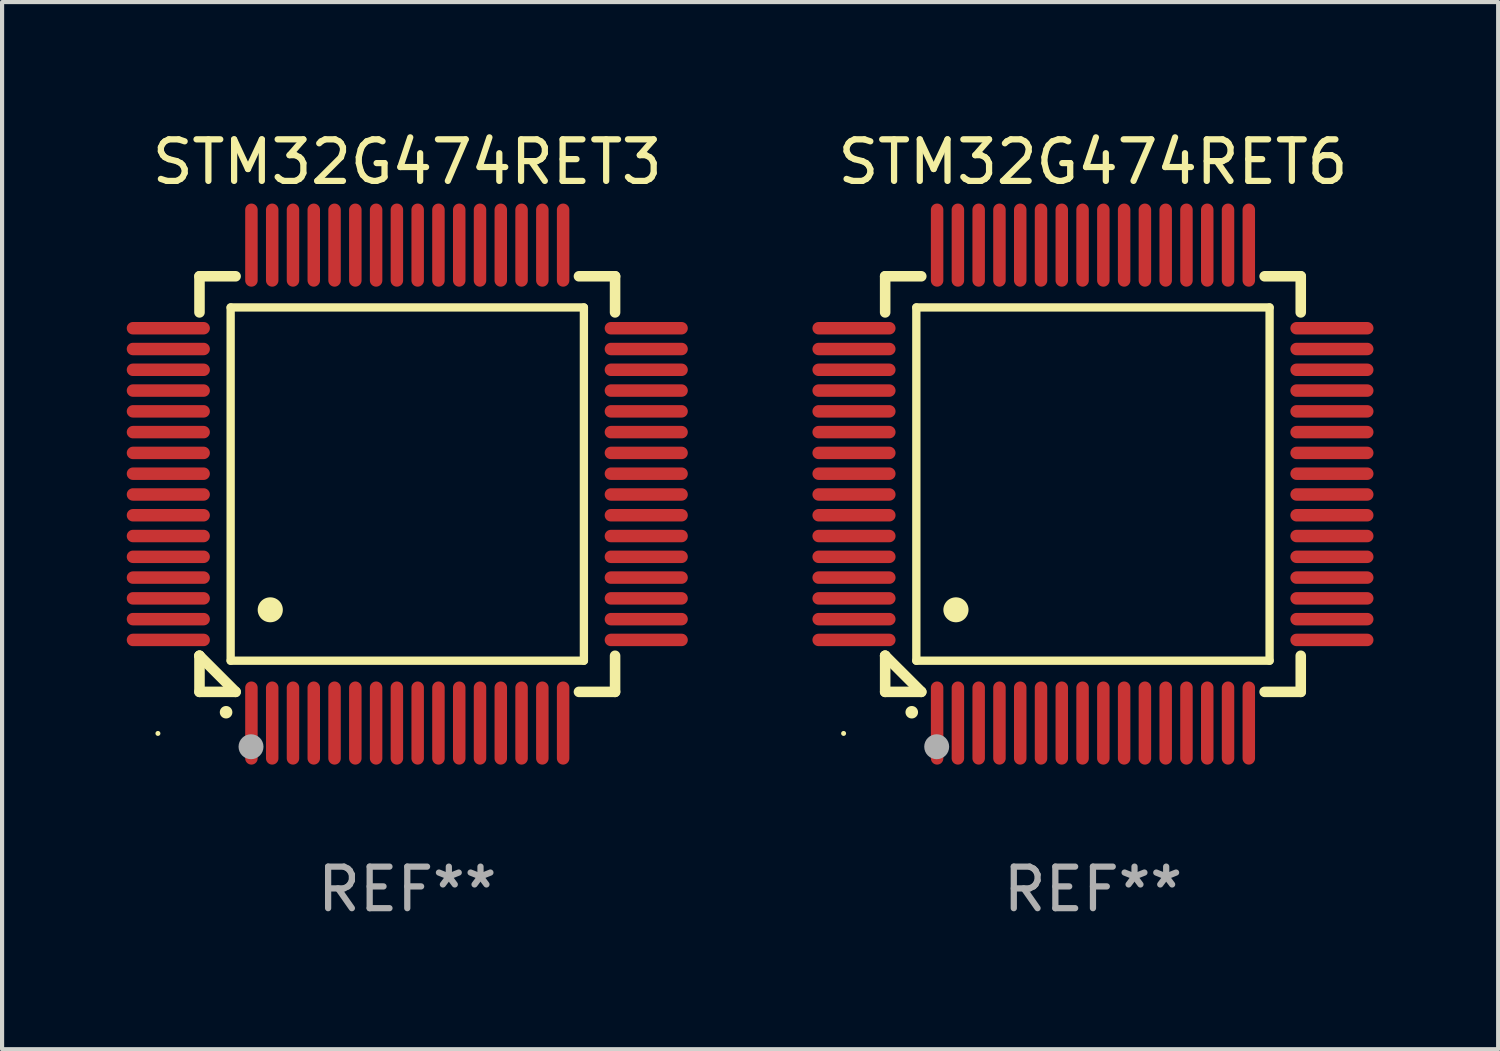
<source format=kicad_pcb>
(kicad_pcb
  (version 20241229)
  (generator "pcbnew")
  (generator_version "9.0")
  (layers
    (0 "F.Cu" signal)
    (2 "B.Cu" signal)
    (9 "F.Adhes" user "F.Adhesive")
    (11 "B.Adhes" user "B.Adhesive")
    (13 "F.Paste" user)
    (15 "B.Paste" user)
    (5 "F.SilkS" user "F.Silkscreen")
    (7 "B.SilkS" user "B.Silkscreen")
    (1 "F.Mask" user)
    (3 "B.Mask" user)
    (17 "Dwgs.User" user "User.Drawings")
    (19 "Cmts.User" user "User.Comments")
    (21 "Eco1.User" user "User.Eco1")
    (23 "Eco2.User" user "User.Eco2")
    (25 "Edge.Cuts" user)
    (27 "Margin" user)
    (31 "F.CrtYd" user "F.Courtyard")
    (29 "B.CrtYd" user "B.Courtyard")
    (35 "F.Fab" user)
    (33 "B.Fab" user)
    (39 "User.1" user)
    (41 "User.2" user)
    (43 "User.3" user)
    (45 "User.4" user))
  (footprint "STM32G474RET6"
    (layer "F.Cu")
    (at 23.249 8.598)
    (property "Reference" "STM32G474RET6" (at 0 -7.75 0) (layer "F.SilkS") (effects (font (size 1 1) (thickness 0.15))))
    (attr through_hole)
    (fp_line (start -5 -5) (end -4.131 -5) (stroke (width 0.254) (type solid)) (layer "F.SilkS"))
    (fp_line (start -5 -4.131) (end -5 -5) (stroke (width 0.254) (type solid)) (layer "F.SilkS"))
    (fp_line (start -5 4.131) (end -5 4.131) (stroke (width 0.254) (type solid)) (layer "F.SilkS"))
    (fp_line (start -5 5) (end -5 4.131) (stroke (width 0.254) (type solid)) (layer "F.SilkS"))
    (fp_line (start -5 4.131) (end -4.131 5) (stroke (width 0.254) (type solid)) (layer "F.SilkS"))
    (fp_line (start -4.25 -4.25) (end -4.25 4.25) (stroke (width 0.2) (type solid)) (layer "F.SilkS"))
    (fp_line (start -4.25 4.25) (end 4.25 4.25) (stroke (width 0.2) (type solid)) (layer "F.SilkS"))
    (fp_line (start -4.131 5) (end -5 5) (stroke (width 0.254) (type solid)) (layer "F.SilkS"))
    (fp_line (start 4.25 -4.25) (end -4.25 -4.25) (stroke (width 0.2) (type solid)) (layer "F.SilkS"))
    (fp_line (start 4.25 4.25) (end 4.25 -4.25) (stroke (width 0.2) (type solid)) (layer "F.SilkS"))
    (fp_line (start 5 -5) (end 4.131 -5) (stroke (width 0.254) (type solid)) (layer "F.SilkS"))
    (fp_line (start 5 -5) (end 5 -4.131) (stroke (width 0.254) (type solid)) (layer "F.SilkS"))
    (fp_line (start 5 4.131) (end 5 5) (stroke (width 0.254) (type solid)) (layer "F.SilkS"))
    (fp_line (start 5 5) (end 4.131 5) (stroke (width 0.254) (type solid)) (layer "F.SilkS"))
    (fp_arc (start -4.361265 5.489992) (mid -4.359995 5.489987) (end -4.358725 5.489992) (stroke (width 0.3) (type solid)) (layer "F.SilkS"))
    (fp_arc (start -3.299467 3.025146) (mid -3.296927 3.025135) (end -3.294387 3.025146) (stroke (width 0.6) (type solid)) (layer "F.SilkS"))
    (fp_circle (center -6 6) (end -5.97 6) (stroke (width 0.06) (type solid)) (fill no) (layer "F.SilkS"))
    (fp_circle (center -3.76 6.32) (end -3.61 6.32) (stroke (width 0.3) (type solid)) (fill no) (layer "F.Fab"))
    (fp_text user "REF**" (at 0 9.75 0) (layer "F.Fab") (effects (font (size 1 1) (thickness 0.15))))
    (pad "1" smd oval (at -3.75 5.75) (size 0.3 2) (layers "F.Cu" "F.Mask" "F.Paste"))
    (pad "2" smd oval (at -3.25 5.75) (size 0.3 2) (layers "F.Cu" "F.Mask" "F.Paste"))
    (pad "3" smd oval (at -2.75 5.75) (size 0.3 2) (layers "F.Cu" "F.Mask" "F.Paste"))
    (pad "4" smd oval (at -2.25 5.75) (size 0.3 2) (layers "F.Cu" "F.Mask" "F.Paste"))
    (pad "5" smd oval (at -1.75 5.75) (size 0.3 2) (layers "F.Cu" "F.Mask" "F.Paste"))
    (pad "6" smd oval (at -1.25 5.75) (size 0.3 2) (layers "F.Cu" "F.Mask" "F.Paste"))
    (pad "7" smd oval (at -0.75 5.75) (size 0.3 2) (layers "F.Cu" "F.Mask" "F.Paste"))
    (pad "8" smd oval (at -0.25 5.75) (size 0.3 2) (layers "F.Cu" "F.Mask" "F.Paste"))
    (pad "9" smd oval (at 0.25 5.75) (size 0.3 2) (layers "F.Cu" "F.Mask" "F.Paste"))
    (pad "10" smd oval (at 0.75 5.75) (size 0.3 2) (layers "F.Cu" "F.Mask" "F.Paste"))
    (pad "11" smd oval (at 1.25 5.75) (size 0.3 2) (layers "F.Cu" "F.Mask" "F.Paste"))
    (pad "12" smd oval (at 1.75 5.75) (size 0.3 2) (layers "F.Cu" "F.Mask" "F.Paste"))
    (pad "13" smd oval (at 2.25 5.75) (size 0.3 2) (layers "F.Cu" "F.Mask" "F.Paste"))
    (pad "14" smd oval (at 2.75 5.75) (size 0.3 2) (layers "F.Cu" "F.Mask" "F.Paste"))
    (pad "15" smd oval (at 3.25 5.75) (size 0.3 2) (layers "F.Cu" "F.Mask" "F.Paste"))
    (pad "16" smd oval (at 3.75 5.75) (size 0.3 2) (layers "F.Cu" "F.Mask" "F.Paste"))
    (pad "17" smd oval (at 5.75 3.75) (size 2 0.3) (layers "F.Cu" "F.Mask" "F.Paste"))
    (pad "18" smd oval (at 5.75 3.25) (size 2 0.3) (layers "F.Cu" "F.Mask" "F.Paste"))
    (pad "19" smd oval (at 5.75 2.75) (size 2 0.3) (layers "F.Cu" "F.Mask" "F.Paste"))
    (pad "20" smd oval (at 5.75 2.25) (size 2 0.3) (layers "F.Cu" "F.Mask" "F.Paste"))
    (pad "21" smd oval (at 5.75 1.75) (size 2 0.3) (layers "F.Cu" "F.Mask" "F.Paste"))
    (pad "22" smd oval (at 5.75 1.25) (size 2 0.3) (layers "F.Cu" "F.Mask" "F.Paste"))
    (pad "23" smd oval (at 5.75 0.75) (size 2 0.3) (layers "F.Cu" "F.Mask" "F.Paste"))
    (pad "24" smd oval (at 5.75 0.25) (size 2 0.3) (layers "F.Cu" "F.Mask" "F.Paste"))
    (pad "25" smd oval (at 5.75 -0.25) (size 2 0.3) (layers "F.Cu" "F.Mask" "F.Paste"))
    (pad "26" smd oval (at 5.75 -0.75) (size 2 0.3) (layers "F.Cu" "F.Mask" "F.Paste"))
    (pad "27" smd oval (at 5.75 -1.25) (size 2 0.3) (layers "F.Cu" "F.Mask" "F.Paste"))
    (pad "28" smd oval (at 5.75 -1.75) (size 2 0.3) (layers "F.Cu" "F.Mask" "F.Paste"))
    (pad "29" smd oval (at 5.75 -2.25) (size 2 0.3) (layers "F.Cu" "F.Mask" "F.Paste"))
    (pad "30" smd oval (at 5.75 -2.75) (size 2 0.3) (layers "F.Cu" "F.Mask" "F.Paste"))
    (pad "31" smd oval (at 5.75 -3.25) (size 2 0.3) (layers "F.Cu" "F.Mask" "F.Paste"))
    (pad "32" smd oval (at 5.75 -3.75) (size 2 0.3) (layers "F.Cu" "F.Mask" "F.Paste"))
    (pad "33" smd oval (at 3.75 -5.75) (size 0.3 2) (layers "F.Cu" "F.Mask" "F.Paste"))
    (pad "34" smd oval (at 3.25 -5.75) (size 0.3 2) (layers "F.Cu" "F.Mask" "F.Paste"))
    (pad "35" smd oval (at 2.75 -5.75) (size 0.3 2) (layers "F.Cu" "F.Mask" "F.Paste"))
    (pad "36" smd oval (at 2.25 -5.75) (size 0.3 2) (layers "F.Cu" "F.Mask" "F.Paste"))
    (pad "37" smd oval (at 1.75 -5.75) (size 0.3 2) (layers "F.Cu" "F.Mask" "F.Paste"))
    (pad "38" smd oval (at 1.25 -5.75) (size 0.3 2) (layers "F.Cu" "F.Mask" "F.Paste"))
    (pad "39" smd oval (at 0.75 -5.75) (size 0.3 2) (layers "F.Cu" "F.Mask" "F.Paste"))
    (pad "40" smd oval (at 0.25 -5.75) (size 0.3 2) (layers "F.Cu" "F.Mask" "F.Paste"))
    (pad "41" smd oval (at -0.25 -5.75) (size 0.3 2) (layers "F.Cu" "F.Mask" "F.Paste"))
    (pad "42" smd oval (at -0.75 -5.75) (size 0.3 2) (layers "F.Cu" "F.Mask" "F.Paste"))
    (pad "43" smd oval (at -1.25 -5.75) (size 0.3 2) (layers "F.Cu" "F.Mask" "F.Paste"))
    (pad "44" smd oval (at -1.75 -5.75) (size 0.3 2) (layers "F.Cu" "F.Mask" "F.Paste"))
    (pad "45" smd oval (at -2.25 -5.75) (size 0.3 2) (layers "F.Cu" "F.Mask" "F.Paste"))
    (pad "46" smd oval (at -2.75 -5.75) (size 0.3 2) (layers "F.Cu" "F.Mask" "F.Paste"))
    (pad "47" smd oval (at -3.25 -5.75) (size 0.3 2) (layers "F.Cu" "F.Mask" "F.Paste"))
    (pad "48" smd oval (at -3.75 -5.75) (size 0.3 2) (layers "F.Cu" "F.Mask" "F.Paste"))
    (pad "49" smd oval (at -5.75 -3.75) (size 2 0.3) (layers "F.Cu" "F.Mask" "F.Paste"))
    (pad "50" smd oval (at -5.75 -3.25) (size 2 0.3) (layers "F.Cu" "F.Mask" "F.Paste"))
    (pad "51" smd oval (at -5.75 -2.75) (size 2 0.3) (layers "F.Cu" "F.Mask" "F.Paste"))
    (pad "52" smd oval (at -5.75 -2.25) (size 2 0.3) (layers "F.Cu" "F.Mask" "F.Paste"))
    (pad "53" smd oval (at -5.75 -1.75) (size 2 0.3) (layers "F.Cu" "F.Mask" "F.Paste"))
    (pad "54" smd oval (at -5.75 -1.25) (size 2 0.3) (layers "F.Cu" "F.Mask" "F.Paste"))
    (pad "55" smd oval (at -5.75 -0.75) (size 2 0.3) (layers "F.Cu" "F.Mask" "F.Paste"))
    (pad "56" smd oval (at -5.75 -0.25) (size 2 0.3) (layers "F.Cu" "F.Mask" "F.Paste"))
    (pad "57" smd oval (at -5.75 0.25) (size 2 0.3) (layers "F.Cu" "F.Mask" "F.Paste"))
    (pad "58" smd oval (at -5.75 0.75) (size 2 0.3) (layers "F.Cu" "F.Mask" "F.Paste"))
    (pad "59" smd oval (at -5.75 1.25) (size 2 0.3) (layers "F.Cu" "F.Mask" "F.Paste"))
    (pad "60" smd oval (at -5.75 1.75) (size 2 0.3) (layers "F.Cu" "F.Mask" "F.Paste"))
    (pad "61" smd oval (at -5.75 2.25) (size 2 0.3) (layers "F.Cu" "F.Mask" "F.Paste"))
    (pad "62" smd oval (at -5.75 2.75) (size 2 0.3) (layers "F.Cu" "F.Mask" "F.Paste"))
    (pad "63" smd oval (at -5.75 3.25) (size 2 0.3) (layers "F.Cu" "F.Mask" "F.Paste"))
    (pad "64" smd oval (at -5.75 3.75) (size 2 0.3) (layers "F.Cu" "F.Mask" "F.Paste")))
  (footprint "STM32G474RET3"
    (layer "F.Cu")
    (at 6.75 8.598)
    (property "Reference" "STM32G474RET3" (at 0 -7.75 0) (layer "F.SilkS") (effects (font (size 1 1) (thickness 0.15))))
    (attr through_hole)
    (fp_line (start -5 -5) (end -4.131 -5) (stroke (width 0.254) (type solid)) (layer "F.SilkS"))
    (fp_line (start -5 -4.131) (end -5 -5) (stroke (width 0.254) (type solid)) (layer "F.SilkS"))
    (fp_line (start -5 4.131) (end -5 4.131) (stroke (width 0.254) (type solid)) (layer "F.SilkS"))
    (fp_line (start -5 5) (end -5 4.131) (stroke (width 0.254) (type solid)) (layer "F.SilkS"))
    (fp_line (start -5 4.131) (end -4.131 5) (stroke (width 0.254) (type solid)) (layer "F.SilkS"))
    (fp_line (start -4.25 -4.25) (end -4.25 4.25) (stroke (width 0.2) (type solid)) (layer "F.SilkS"))
    (fp_line (start -4.25 4.25) (end 4.25 4.25) (stroke (width 0.2) (type solid)) (layer "F.SilkS"))
    (fp_line (start -4.131 5) (end -5 5) (stroke (width 0.254) (type solid)) (layer "F.SilkS"))
    (fp_line (start 4.25 -4.25) (end -4.25 -4.25) (stroke (width 0.2) (type solid)) (layer "F.SilkS"))
    (fp_line (start 4.25 4.25) (end 4.25 -4.25) (stroke (width 0.2) (type solid)) (layer "F.SilkS"))
    (fp_line (start 5 -5) (end 4.131 -5) (stroke (width 0.254) (type solid)) (layer "F.SilkS"))
    (fp_line (start 5 -5) (end 5 -4.131) (stroke (width 0.254) (type solid)) (layer "F.SilkS"))
    (fp_line (start 5 4.131) (end 5 5) (stroke (width 0.254) (type solid)) (layer "F.SilkS"))
    (fp_line (start 5 5) (end 4.131 5) (stroke (width 0.254) (type solid)) (layer "F.SilkS"))
    (fp_arc (start -4.361265 5.489992) (mid -4.359995 5.489987) (end -4.358725 5.489992) (stroke (width 0.3) (type solid)) (layer "F.SilkS"))
    (fp_arc (start -3.299467 3.025146) (mid -3.296927 3.025135) (end -3.294387 3.025146) (stroke (width 0.6) (type solid)) (layer "F.SilkS"))
    (fp_circle (center -6 6) (end -5.97 6) (stroke (width 0.06) (type solid)) (fill no) (layer "F.SilkS"))
    (fp_circle (center -3.76 6.32) (end -3.61 6.32) (stroke (width 0.3) (type solid)) (fill no) (layer "F.Fab"))
    (fp_text user "REF**" (at 0 9.75 0) (layer "F.Fab") (effects (font (size 1 1) (thickness 0.15))))
    (pad "1" smd oval (at -3.75 5.75) (size 0.3 2) (layers "F.Cu" "F.Mask" "F.Paste"))
    (pad "2" smd oval (at -3.25 5.75) (size 0.3 2) (layers "F.Cu" "F.Mask" "F.Paste"))
    (pad "3" smd oval (at -2.75 5.75) (size 0.3 2) (layers "F.Cu" "F.Mask" "F.Paste"))
    (pad "4" smd oval (at -2.25 5.75) (size 0.3 2) (layers "F.Cu" "F.Mask" "F.Paste"))
    (pad "5" smd oval (at -1.75 5.75) (size 0.3 2) (layers "F.Cu" "F.Mask" "F.Paste"))
    (pad "6" smd oval (at -1.25 5.75) (size 0.3 2) (layers "F.Cu" "F.Mask" "F.Paste"))
    (pad "7" smd oval (at -0.75 5.75) (size 0.3 2) (layers "F.Cu" "F.Mask" "F.Paste"))
    (pad "8" smd oval (at -0.25 5.75) (size 0.3 2) (layers "F.Cu" "F.Mask" "F.Paste"))
    (pad "9" smd oval (at 0.25 5.75) (size 0.3 2) (layers "F.Cu" "F.Mask" "F.Paste"))
    (pad "10" smd oval (at 0.75 5.75) (size 0.3 2) (layers "F.Cu" "F.Mask" "F.Paste"))
    (pad "11" smd oval (at 1.25 5.75) (size 0.3 2) (layers "F.Cu" "F.Mask" "F.Paste"))
    (pad "12" smd oval (at 1.75 5.75) (size 0.3 2) (layers "F.Cu" "F.Mask" "F.Paste"))
    (pad "13" smd oval (at 2.25 5.75) (size 0.3 2) (layers "F.Cu" "F.Mask" "F.Paste"))
    (pad "14" smd oval (at 2.75 5.75) (size 0.3 2) (layers "F.Cu" "F.Mask" "F.Paste"))
    (pad "15" smd oval (at 3.25 5.75) (size 0.3 2) (layers "F.Cu" "F.Mask" "F.Paste"))
    (pad "16" smd oval (at 3.75 5.75) (size 0.3 2) (layers "F.Cu" "F.Mask" "F.Paste"))
    (pad "17" smd oval (at 5.75 3.75) (size 2 0.3) (layers "F.Cu" "F.Mask" "F.Paste"))
    (pad "18" smd oval (at 5.75 3.25) (size 2 0.3) (layers "F.Cu" "F.Mask" "F.Paste"))
    (pad "19" smd oval (at 5.75 2.75) (size 2 0.3) (layers "F.Cu" "F.Mask" "F.Paste"))
    (pad "20" smd oval (at 5.75 2.25) (size 2 0.3) (layers "F.Cu" "F.Mask" "F.Paste"))
    (pad "21" smd oval (at 5.75 1.75) (size 2 0.3) (layers "F.Cu" "F.Mask" "F.Paste"))
    (pad "22" smd oval (at 5.75 1.25) (size 2 0.3) (layers "F.Cu" "F.Mask" "F.Paste"))
    (pad "23" smd oval (at 5.75 0.75) (size 2 0.3) (layers "F.Cu" "F.Mask" "F.Paste"))
    (pad "24" smd oval (at 5.75 0.25) (size 2 0.3) (layers "F.Cu" "F.Mask" "F.Paste"))
    (pad "25" smd oval (at 5.75 -0.25) (size 2 0.3) (layers "F.Cu" "F.Mask" "F.Paste"))
    (pad "26" smd oval (at 5.75 -0.75) (size 2 0.3) (layers "F.Cu" "F.Mask" "F.Paste"))
    (pad "27" smd oval (at 5.75 -1.25) (size 2 0.3) (layers "F.Cu" "F.Mask" "F.Paste"))
    (pad "28" smd oval (at 5.75 -1.75) (size 2 0.3) (layers "F.Cu" "F.Mask" "F.Paste"))
    (pad "29" smd oval (at 5.75 -2.25) (size 2 0.3) (layers "F.Cu" "F.Mask" "F.Paste"))
    (pad "30" smd oval (at 5.75 -2.75) (size 2 0.3) (layers "F.Cu" "F.Mask" "F.Paste"))
    (pad "31" smd oval (at 5.75 -3.25) (size 2 0.3) (layers "F.Cu" "F.Mask" "F.Paste"))
    (pad "32" smd oval (at 5.75 -3.75) (size 2 0.3) (layers "F.Cu" "F.Mask" "F.Paste"))
    (pad "33" smd oval (at 3.75 -5.75) (size 0.3 2) (layers "F.Cu" "F.Mask" "F.Paste"))
    (pad "34" smd oval (at 3.25 -5.75) (size 0.3 2) (layers "F.Cu" "F.Mask" "F.Paste"))
    (pad "35" smd oval (at 2.75 -5.75) (size 0.3 2) (layers "F.Cu" "F.Mask" "F.Paste"))
    (pad "36" smd oval (at 2.25 -5.75) (size 0.3 2) (layers "F.Cu" "F.Mask" "F.Paste"))
    (pad "37" smd oval (at 1.75 -5.75) (size 0.3 2) (layers "F.Cu" "F.Mask" "F.Paste"))
    (pad "38" smd oval (at 1.25 -5.75) (size 0.3 2) (layers "F.Cu" "F.Mask" "F.Paste"))
    (pad "39" smd oval (at 0.75 -5.75) (size 0.3 2) (layers "F.Cu" "F.Mask" "F.Paste"))
    (pad "40" smd oval (at 0.25 -5.75) (size 0.3 2) (layers "F.Cu" "F.Mask" "F.Paste"))
    (pad "41" smd oval (at -0.25 -5.75) (size 0.3 2) (layers "F.Cu" "F.Mask" "F.Paste"))
    (pad "42" smd oval (at -0.75 -5.75) (size 0.3 2) (layers "F.Cu" "F.Mask" "F.Paste"))
    (pad "43" smd oval (at -1.25 -5.75) (size 0.3 2) (layers "F.Cu" "F.Mask" "F.Paste"))
    (pad "44" smd oval (at -1.75 -5.75) (size 0.3 2) (layers "F.Cu" "F.Mask" "F.Paste"))
    (pad "45" smd oval (at -2.25 -5.75) (size 0.3 2) (layers "F.Cu" "F.Mask" "F.Paste"))
    (pad "46" smd oval (at -2.75 -5.75) (size 0.3 2) (layers "F.Cu" "F.Mask" "F.Paste"))
    (pad "47" smd oval (at -3.25 -5.75) (size 0.3 2) (layers "F.Cu" "F.Mask" "F.Paste"))
    (pad "48" smd oval (at -3.75 -5.75) (size 0.3 2) (layers "F.Cu" "F.Mask" "F.Paste"))
    (pad "49" smd oval (at -5.75 -3.75) (size 2 0.3) (layers "F.Cu" "F.Mask" "F.Paste"))
    (pad "50" smd oval (at -5.75 -3.25) (size 2 0.3) (layers "F.Cu" "F.Mask" "F.Paste"))
    (pad "51" smd oval (at -5.75 -2.75) (size 2 0.3) (layers "F.Cu" "F.Mask" "F.Paste"))
    (pad "52" smd oval (at -5.75 -2.25) (size 2 0.3) (layers "F.Cu" "F.Mask" "F.Paste"))
    (pad "53" smd oval (at -5.75 -1.75) (size 2 0.3) (layers "F.Cu" "F.Mask" "F.Paste"))
    (pad "54" smd oval (at -5.75 -1.25) (size 2 0.3) (layers "F.Cu" "F.Mask" "F.Paste"))
    (pad "55" smd oval (at -5.75 -0.75) (size 2 0.3) (layers "F.Cu" "F.Mask" "F.Paste"))
    (pad "56" smd oval (at -5.75 -0.25) (size 2 0.3) (layers "F.Cu" "F.Mask" "F.Paste"))
    (pad "57" smd oval (at -5.75 0.25) (size 2 0.3) (layers "F.Cu" "F.Mask" "F.Paste"))
    (pad "58" smd oval (at -5.75 0.75) (size 2 0.3) (layers "F.Cu" "F.Mask" "F.Paste"))
    (pad "59" smd oval (at -5.75 1.25) (size 2 0.3) (layers "F.Cu" "F.Mask" "F.Paste"))
    (pad "60" smd oval (at -5.75 1.75) (size 2 0.3) (layers "F.Cu" "F.Mask" "F.Paste"))
    (pad "61" smd oval (at -5.75 2.25) (size 2 0.3) (layers "F.Cu" "F.Mask" "F.Paste"))
    (pad "62" smd oval (at -5.75 2.75) (size 2 0.3) (layers "F.Cu" "F.Mask" "F.Paste"))
    (pad "63" smd oval (at -5.75 3.25) (size 2 0.3) (layers "F.Cu" "F.Mask" "F.Paste"))
    (pad "64" smd oval (at -5.75 3.75) (size 2 0.3) (layers "F.Cu" "F.Mask" "F.Paste")))
  (gr_rect
    (start -3 -3)
    (end 32.999 22.196)
    (stroke (width 0.1) (type default))
    (fill no)
    (layer "Edge.Cuts")))
</source>
